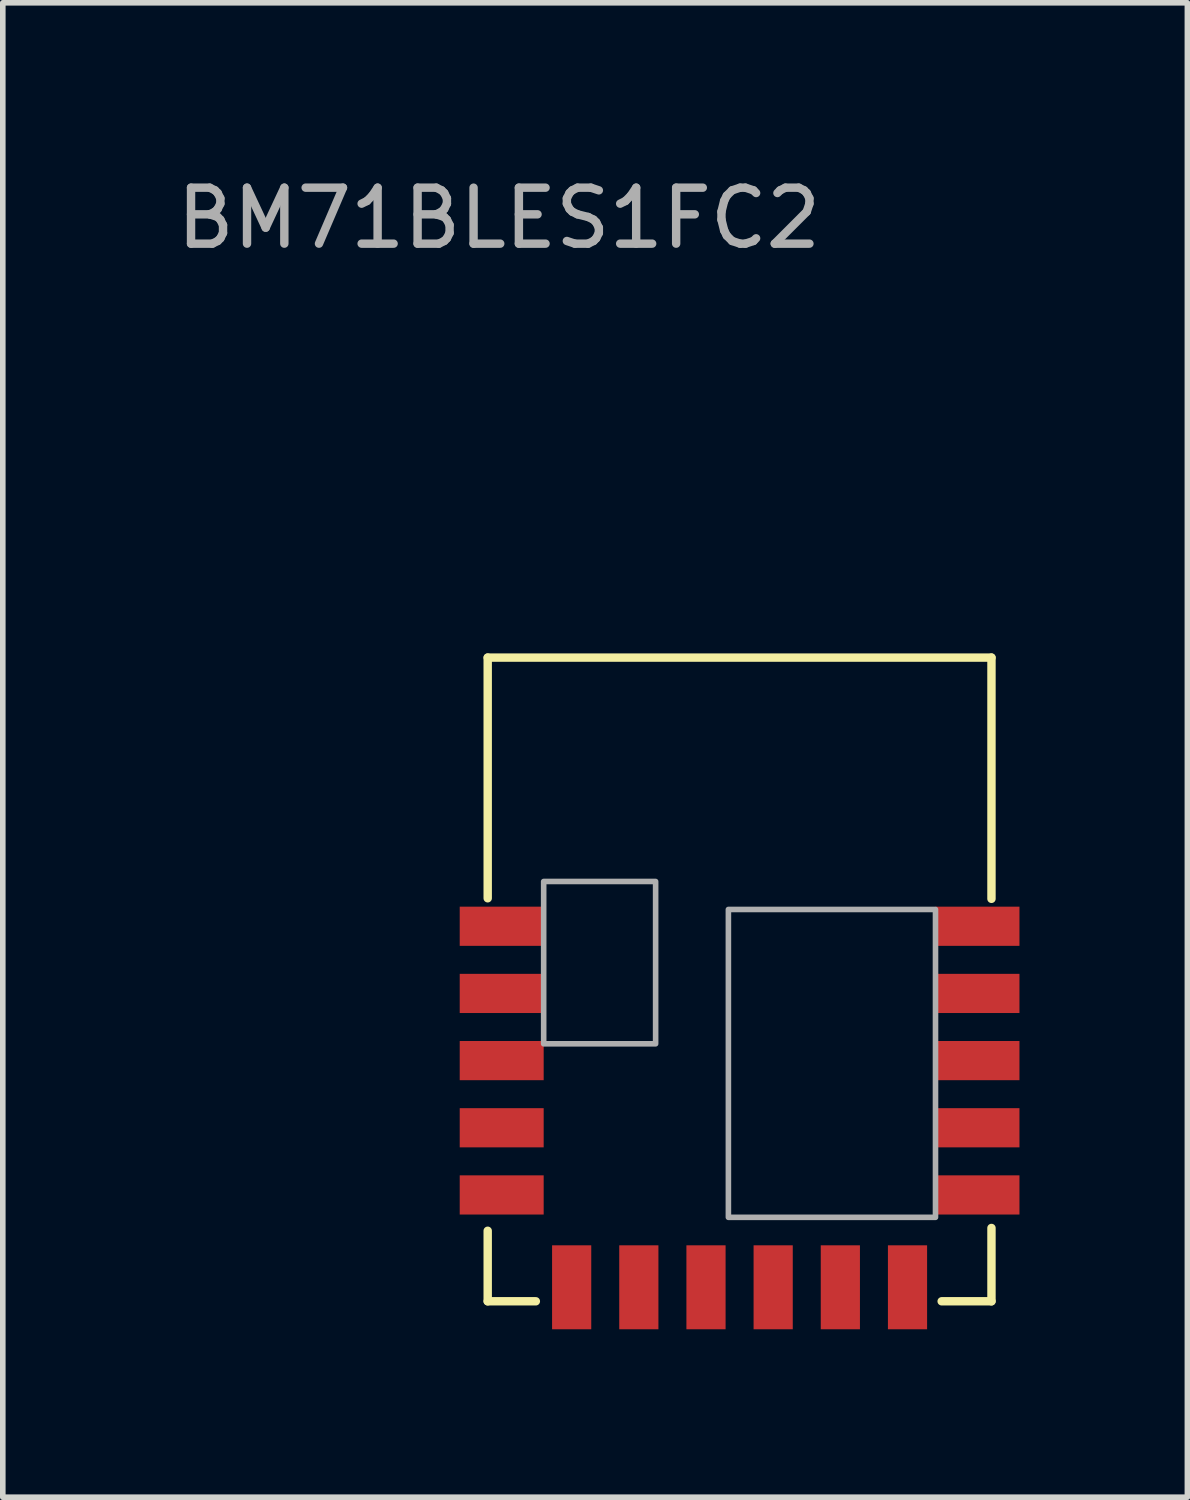
<source format=kicad_pcb>
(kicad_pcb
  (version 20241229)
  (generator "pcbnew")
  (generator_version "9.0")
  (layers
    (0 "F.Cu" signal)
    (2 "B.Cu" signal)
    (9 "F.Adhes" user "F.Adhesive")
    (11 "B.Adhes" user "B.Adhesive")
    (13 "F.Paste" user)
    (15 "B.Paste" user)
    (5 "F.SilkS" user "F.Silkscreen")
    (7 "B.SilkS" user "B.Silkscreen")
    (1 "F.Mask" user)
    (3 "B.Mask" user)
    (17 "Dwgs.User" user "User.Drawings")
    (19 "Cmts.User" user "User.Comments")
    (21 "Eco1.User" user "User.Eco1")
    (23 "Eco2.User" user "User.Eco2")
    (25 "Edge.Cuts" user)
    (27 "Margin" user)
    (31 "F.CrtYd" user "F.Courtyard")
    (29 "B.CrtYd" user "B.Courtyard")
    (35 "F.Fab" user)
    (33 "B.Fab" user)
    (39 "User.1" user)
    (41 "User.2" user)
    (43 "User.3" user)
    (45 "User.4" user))
  (footprint "BM71BLES1FC2"
    (layer "F.Cu")
    (at 5.663 20.198)
    (property "Reference" "BM71BLES1FC2" (at 0.2 -19.35 0) (layer "F.Fab") (effects (font (size 1 1) (thickness 0.15))))
    (attr through_hole)
    (fp_line (start 0 -11.5) (end 9 -11.5) (stroke (width 0.15) (type solid)) (layer "F.SilkS"))
    (fp_line (start 0 -7.2) (end 0 -11.5) (stroke (width 0.15) (type solid)) (layer "F.SilkS"))
    (fp_line (start 0 -1.26) (end 0 0) (stroke (width 0.15) (type solid)) (layer "F.SilkS"))
    (fp_line (start 0 0) (end 0.86 0) (stroke (width 0.15) (type solid)) (layer "F.SilkS"))
    (fp_line (start 8.11 0) (end 9 0) (stroke (width 0.15) (type solid)) (layer "F.SilkS"))
    (fp_line (start 9 -11.5) (end 9 -7.19) (stroke (width 0.15) (type solid)) (layer "F.SilkS"))
    (fp_line (start 9 0) (end 9 -1.31) (stroke (width 0.15) (type solid)) (layer "F.SilkS"))
    (fp_poly (pts (xy 1 -4.6) (xy 3 -4.6) (xy 3 -7.5) (xy 1 -7.5)) (stroke (width 0.1) (type solid)) (fill no) (layer "F.Fab"))
    (fp_poly (pts (xy 4.3 -7) (xy 8 -7) (xy 8 -1.5) (xy 4.3 -1.5)) (stroke (width 0.1) (type solid)) (fill no) (layer "F.Fab"))
    (pad "1" smd rect (at 0.25 -6.7) (size 1.5 0.7) (layers "F.Cu" "F.Mask" "F.Paste"))
    (pad "2" smd rect (at 0.25 -5.5) (size 1.5 0.7) (layers "F.Cu" "F.Mask" "F.Paste"))
    (pad "3" smd rect (at 0.25 -4.3) (size 1.5 0.7) (layers "F.Cu" "F.Mask" "F.Paste"))
    (pad "4" smd rect (at 0.25 -3.1) (size 1.5 0.7) (layers "F.Cu" "F.Mask" "F.Paste"))
    (pad "5" smd rect (at 0.25 -1.9) (size 1.5 0.7) (layers "F.Cu" "F.Mask" "F.Paste"))
    (pad "6" smd rect (at 1.5 -0.25) (size 0.7 1.5) (layers "F.Cu" "F.Mask" "F.Paste"))
    (pad "7" smd rect (at 2.7 -0.25) (size 0.7 1.5) (layers "F.Cu" "F.Mask" "F.Paste"))
    (pad "8" smd rect (at 3.9 -0.25) (size 0.7 1.5) (layers "F.Cu" "F.Mask" "F.Paste"))
    (pad "9" smd rect (at 5.1 -0.25) (size 0.7 1.5) (layers "F.Cu" "F.Mask" "F.Paste"))
    (pad "10" smd rect (at 6.3 -0.25) (size 0.7 1.5) (layers "F.Cu" "F.Mask" "F.Paste"))
    (pad "11" smd rect (at 7.5 -0.25) (size 0.7 1.5) (layers "F.Cu" "F.Mask" "F.Paste"))
    (pad "12" smd rect (at 8.75 -1.9) (size 1.5 0.7) (layers "F.Cu" "F.Mask" "F.Paste"))
    (pad "13" smd rect (at 8.75 -3.1) (size 1.5 0.7) (layers "F.Cu" "F.Mask" "F.Paste"))
    (pad "14" smd rect (at 8.75 -4.3) (size 1.5 0.7) (layers "F.Cu" "F.Mask" "F.Paste"))
    (pad "15" smd rect (at 8.75 -5.5) (size 1.5 0.7) (layers "F.Cu" "F.Mask" "F.Paste"))
    (pad "16" smd rect (at 8.75 -6.7) (size 1.5 0.7) (layers "F.Cu" "F.Mask" "F.Paste")))
  (gr_rect
    (start -3 -3)
    (end 18.163 23.698)
    (stroke (width 0.1) (type default))
    (fill no)
    (layer "Edge.Cuts")))
</source>
